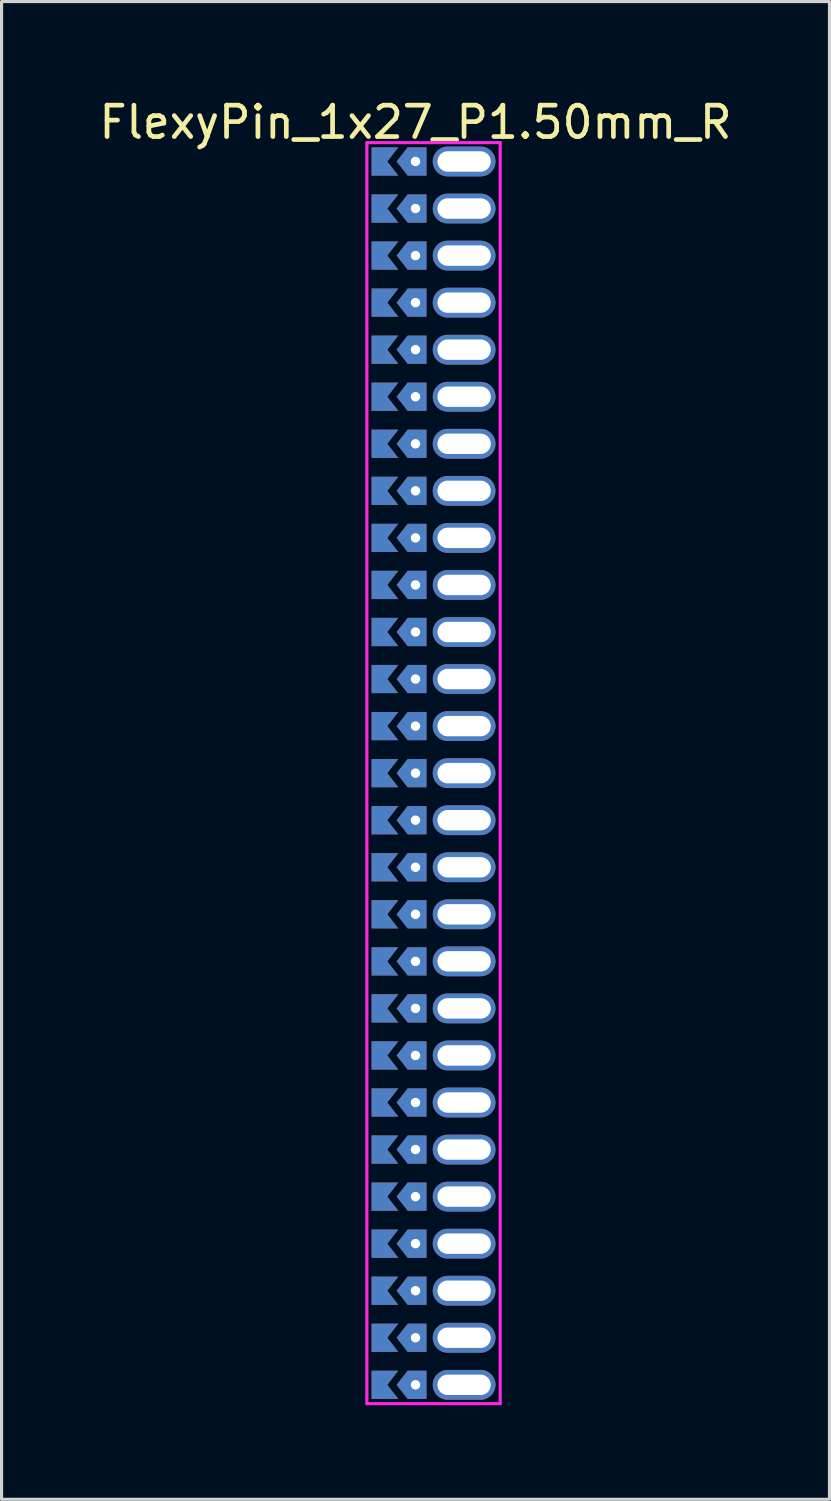
<source format=kicad_pcb>
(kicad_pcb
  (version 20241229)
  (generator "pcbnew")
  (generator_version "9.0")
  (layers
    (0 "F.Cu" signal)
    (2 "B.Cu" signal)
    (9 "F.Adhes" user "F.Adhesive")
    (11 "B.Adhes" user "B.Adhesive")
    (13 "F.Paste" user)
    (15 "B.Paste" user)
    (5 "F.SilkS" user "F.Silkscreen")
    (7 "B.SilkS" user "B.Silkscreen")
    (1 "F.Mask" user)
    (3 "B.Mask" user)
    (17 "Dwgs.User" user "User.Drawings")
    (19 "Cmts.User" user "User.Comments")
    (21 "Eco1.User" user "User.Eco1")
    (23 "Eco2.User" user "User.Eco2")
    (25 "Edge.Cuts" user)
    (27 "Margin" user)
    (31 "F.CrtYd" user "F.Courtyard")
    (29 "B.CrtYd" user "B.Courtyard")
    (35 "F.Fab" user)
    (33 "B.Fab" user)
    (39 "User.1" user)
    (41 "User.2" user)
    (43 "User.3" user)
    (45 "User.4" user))
  (footprint "FlexyPin_1x27_P1.50mm_R"
    (layer "F.Cu")
    (at 10.196 2.098)
    (property "Reference" "FlexyPin_1x27_P1.50mm_R" (at 0 -1.25 0) (layer "F.SilkS") (effects (font (size 1 1) (thickness 0.15))))
    (attr through_hole)
    (fp_line (start -1.55 -0.6) (end 2.7 -0.6) (stroke (width 0.1) (type solid)) (layer "F.CrtYd"))
    (fp_line (start -1.55 39.6) (end -1.55 -0.6) (stroke (width 0.1) (type solid)) (layer "F.CrtYd"))
    (fp_line (start 2.7 -0.6) (end 2.7 39.6) (stroke (width 0.1) (type solid)) (layer "F.CrtYd"))
    (fp_line (start 2.7 39.6) (end -1.55 39.6) (stroke (width 0.1) (type solid)) (layer "F.CrtYd"))
    (pad "" thru_hole custom (at 0 0) (size 0.3 0.3) (drill 0.6) (layers "*.Cu" "*.Mask") (options (anchor rect)) (primitives (gr_poly (pts (xy 0.35 0.45) (xy 0.35 -0.45) (xy -0.25 -0.45) (xy -0.6 0) (xy -0.25 0.45)) (width 0) (fill yes))))
    (pad "" thru_hole custom (at 0 1.5) (size 0.3 0.3) (drill 0.6) (layers "*.Cu" "*.Mask") (options (anchor rect)) (primitives (gr_poly (pts (xy 0.35 0.45) (xy 0.35 -0.45) (xy -0.25 -0.45) (xy -0.6 0) (xy -0.25 0.45)) (width 0) (fill yes))))
    (pad "" thru_hole custom (at 0 3) (size 0.3 0.3) (drill 0.6) (layers "*.Cu" "*.Mask") (options (anchor rect)) (primitives (gr_poly (pts (xy 0.35 0.45) (xy 0.35 -0.45) (xy -0.25 -0.45) (xy -0.6 0) (xy -0.25 0.45)) (width 0) (fill yes))))
    (pad "" thru_hole custom (at 0 4.5) (size 0.3 0.3) (drill 0.6) (layers "*.Cu" "*.Mask") (options (anchor rect)) (primitives (gr_poly (pts (xy 0.35 0.45) (xy 0.35 -0.45) (xy -0.25 -0.45) (xy -0.6 0) (xy -0.25 0.45)) (width 0) (fill yes))))
    (pad "" thru_hole custom (at 0 6) (size 0.3 0.3) (drill 0.6) (layers "*.Cu" "*.Mask") (options (anchor rect)) (primitives (gr_poly (pts (xy 0.35 0.45) (xy 0.35 -0.45) (xy -0.25 -0.45) (xy -0.6 0) (xy -0.25 0.45)) (width 0) (fill yes))))
    (pad "" thru_hole custom (at 0 7.5) (size 0.3 0.3) (drill 0.6) (layers "*.Cu" "*.Mask") (options (anchor rect)) (primitives (gr_poly (pts (xy 0.35 0.45) (xy 0.35 -0.45) (xy -0.25 -0.45) (xy -0.6 0) (xy -0.25 0.45)) (width 0) (fill yes))))
    (pad "" thru_hole custom (at 0 9) (size 0.3 0.3) (drill 0.6) (layers "*.Cu" "*.Mask") (options (anchor rect)) (primitives (gr_poly (pts (xy 0.35 0.45) (xy 0.35 -0.45) (xy -0.25 -0.45) (xy -0.6 0) (xy -0.25 0.45)) (width 0) (fill yes))))
    (pad "" thru_hole custom (at 0 10.5) (size 0.3 0.3) (drill 0.6) (layers "*.Cu" "*.Mask") (options (anchor rect)) (primitives (gr_poly (pts (xy 0.35 0.45) (xy 0.35 -0.45) (xy -0.25 -0.45) (xy -0.6 0) (xy -0.25 0.45)) (width 0) (fill yes))))
    (pad "" thru_hole custom (at 0 12) (size 0.3 0.3) (drill 0.6) (layers "*.Cu" "*.Mask") (options (anchor rect)) (primitives (gr_poly (pts (xy 0.35 0.45) (xy 0.35 -0.45) (xy -0.25 -0.45) (xy -0.6 0) (xy -0.25 0.45)) (width 0) (fill yes))))
    (pad "" thru_hole custom (at 0 13.5) (size 0.3 0.3) (drill 0.6) (layers "*.Cu" "*.Mask") (options (anchor rect)) (primitives (gr_poly (pts (xy 0.35 0.45) (xy 0.35 -0.45) (xy -0.25 -0.45) (xy -0.6 0) (xy -0.25 0.45)) (width 0) (fill yes))))
    (pad "" thru_hole custom (at 0 15) (size 0.3 0.3) (drill 0.6) (layers "*.Cu" "*.Mask") (options (anchor rect)) (primitives (gr_poly (pts (xy 0.35 0.45) (xy 0.35 -0.45) (xy -0.25 -0.45) (xy -0.6 0) (xy -0.25 0.45)) (width 0) (fill yes))))
    (pad "" thru_hole custom (at 0 16.5) (size 0.3 0.3) (drill 0.6) (layers "*.Cu" "*.Mask") (options (anchor rect)) (primitives (gr_poly (pts (xy 0.35 0.45) (xy 0.35 -0.45) (xy -0.25 -0.45) (xy -0.6 0) (xy -0.25 0.45)) (width 0) (fill yes))))
    (pad "" thru_hole custom (at 0 18) (size 0.3 0.3) (drill 0.6) (layers "*.Cu" "*.Mask") (options (anchor rect)) (primitives (gr_poly (pts (xy 0.35 0.45) (xy 0.35 -0.45) (xy -0.25 -0.45) (xy -0.6 0) (xy -0.25 0.45)) (width 0) (fill yes))))
    (pad "" thru_hole custom (at 0 19.5) (size 0.3 0.3) (drill 0.6) (layers "*.Cu" "*.Mask") (options (anchor rect)) (primitives (gr_poly (pts (xy 0.35 0.45) (xy 0.35 -0.45) (xy -0.25 -0.45) (xy -0.6 0) (xy -0.25 0.45)) (width 0) (fill yes))))
    (pad "" thru_hole custom (at 0 21) (size 0.3 0.3) (drill 0.6) (layers "*.Cu" "*.Mask") (options (anchor rect)) (primitives (gr_poly (pts (xy 0.35 0.45) (xy 0.35 -0.45) (xy -0.25 -0.45) (xy -0.6 0) (xy -0.25 0.45)) (width 0) (fill yes))))
    (pad "" thru_hole custom (at 0 22.5) (size 0.3 0.3) (drill 0.6) (layers "*.Cu" "*.Mask") (options (anchor rect)) (primitives (gr_poly (pts (xy 0.35 0.45) (xy 0.35 -0.45) (xy -0.25 -0.45) (xy -0.6 0) (xy -0.25 0.45)) (width 0) (fill yes))))
    (pad "" thru_hole custom (at 0 24) (size 0.3 0.3) (drill 0.6) (layers "*.Cu" "*.Mask") (options (anchor rect)) (primitives (gr_poly (pts (xy 0.35 0.45) (xy 0.35 -0.45) (xy -0.25 -0.45) (xy -0.6 0) (xy -0.25 0.45)) (width 0) (fill yes))))
    (pad "" thru_hole custom (at 0 25.5) (size 0.3 0.3) (drill 0.6) (layers "*.Cu" "*.Mask") (options (anchor rect)) (primitives (gr_poly (pts (xy 0.35 0.45) (xy 0.35 -0.45) (xy -0.25 -0.45) (xy -0.6 0) (xy -0.25 0.45)) (width 0) (fill yes))))
    (pad "" thru_hole custom (at 0 27) (size 0.3 0.3) (drill 0.6) (layers "*.Cu" "*.Mask") (options (anchor rect)) (primitives (gr_poly (pts (xy 0.35 0.45) (xy 0.35 -0.45) (xy -0.25 -0.45) (xy -0.6 0) (xy -0.25 0.45)) (width 0) (fill yes))))
    (pad "" thru_hole custom (at 0 28.5) (size 0.3 0.3) (drill 0.6) (layers "*.Cu" "*.Mask") (options (anchor rect)) (primitives (gr_poly (pts (xy 0.35 0.45) (xy 0.35 -0.45) (xy -0.25 -0.45) (xy -0.6 0) (xy -0.25 0.45)) (width 0) (fill yes))))
    (pad "" thru_hole custom (at 0 30) (size 0.3 0.3) (drill 0.6) (layers "*.Cu" "*.Mask") (options (anchor rect)) (primitives (gr_poly (pts (xy 0.35 0.45) (xy 0.35 -0.45) (xy -0.25 -0.45) (xy -0.6 0) (xy -0.25 0.45)) (width 0) (fill yes))))
    (pad "" thru_hole custom (at 0 31.5) (size 0.3 0.3) (drill 0.6) (layers "*.Cu" "*.Mask") (options (anchor rect)) (primitives (gr_poly (pts (xy 0.35 0.45) (xy 0.35 -0.45) (xy -0.25 -0.45) (xy -0.6 0) (xy -0.25 0.45)) (width 0) (fill yes))))
    (pad "" thru_hole custom (at 0 33) (size 0.3 0.3) (drill 0.6) (layers "*.Cu" "*.Mask") (options (anchor rect)) (primitives (gr_poly (pts (xy 0.35 0.45) (xy 0.35 -0.45) (xy -0.25 -0.45) (xy -0.6 0) (xy -0.25 0.45)) (width 0) (fill yes))))
    (pad "" thru_hole custom (at 0 34.5) (size 0.3 0.3) (drill 0.6) (layers "*.Cu" "*.Mask") (options (anchor rect)) (primitives (gr_poly (pts (xy 0.35 0.45) (xy 0.35 -0.45) (xy -0.25 -0.45) (xy -0.6 0) (xy -0.25 0.45)) (width 0) (fill yes))))
    (pad "" thru_hole custom (at 0 36) (size 0.3 0.3) (drill 0.6) (layers "*.Cu" "*.Mask") (options (anchor rect)) (primitives (gr_poly (pts (xy 0.35 0.45) (xy 0.35 -0.45) (xy -0.25 -0.45) (xy -0.6 0) (xy -0.25 0.45)) (width 0) (fill yes))))
    (pad "" thru_hole custom (at 0 37.5) (size 0.3 0.3) (drill 0.6) (layers "*.Cu" "*.Mask") (options (anchor rect)) (primitives (gr_poly (pts (xy 0.35 0.45) (xy 0.35 -0.45) (xy -0.25 -0.45) (xy -0.6 0) (xy -0.25 0.45)) (width 0) (fill yes))))
    (pad "" thru_hole custom (at 0 39) (size 0.3 0.3) (drill 0.6) (layers "*.Cu" "*.Mask") (options (anchor rect)) (primitives (gr_poly (pts (xy 0.35 0.45) (xy 0.35 -0.45) (xy -0.25 -0.45) (xy -0.6 0) (xy -0.25 0.45)) (width 0) (fill yes))))
    (pad "" thru_hole oval (at 1.55 0) (size 2 0.95) (drill oval 1.7 0.65) (layers "*.Cu" "*.Mask"))
    (pad "" thru_hole oval (at 1.55 1.5) (size 2 0.95) (drill oval 1.7 0.65) (layers "*.Cu" "*.Mask"))
    (pad "" thru_hole oval (at 1.55 3) (size 2 0.95) (drill oval 1.7 0.65) (layers "*.Cu" "*.Mask"))
    (pad "" thru_hole oval (at 1.55 4.5) (size 2 0.95) (drill oval 1.7 0.65) (layers "*.Cu" "*.Mask"))
    (pad "" thru_hole oval (at 1.55 6) (size 2 0.95) (drill oval 1.7 0.65) (layers "*.Cu" "*.Mask"))
    (pad "" thru_hole oval (at 1.55 7.5) (size 2 0.95) (drill oval 1.7 0.65) (layers "*.Cu" "*.Mask"))
    (pad "" thru_hole oval (at 1.55 9) (size 2 0.95) (drill oval 1.7 0.65) (layers "*.Cu" "*.Mask"))
    (pad "" thru_hole oval (at 1.55 10.5) (size 2 0.95) (drill oval 1.7 0.65) (layers "*.Cu" "*.Mask"))
    (pad "" thru_hole oval (at 1.55 12) (size 2 0.95) (drill oval 1.7 0.65) (layers "*.Cu" "*.Mask"))
    (pad "" thru_hole oval (at 1.55 13.5) (size 2 0.95) (drill oval 1.7 0.65) (layers "*.Cu" "*.Mask"))
    (pad "" thru_hole oval (at 1.55 15) (size 2 0.95) (drill oval 1.7 0.65) (layers "*.Cu" "*.Mask"))
    (pad "" thru_hole oval (at 1.55 16.5) (size 2 0.95) (drill oval 1.7 0.65) (layers "*.Cu" "*.Mask"))
    (pad "" thru_hole oval (at 1.55 18) (size 2 0.95) (drill oval 1.7 0.65) (layers "*.Cu" "*.Mask"))
    (pad "" thru_hole oval (at 1.55 19.5) (size 2 0.95) (drill oval 1.7 0.65) (layers "*.Cu" "*.Mask"))
    (pad "" thru_hole oval (at 1.55 21) (size 2 0.95) (drill oval 1.7 0.65) (layers "*.Cu" "*.Mask"))
    (pad "" thru_hole oval (at 1.55 22.5) (size 2 0.95) (drill oval 1.7 0.65) (layers "*.Cu" "*.Mask"))
    (pad "" thru_hole oval (at 1.55 24) (size 2 0.95) (drill oval 1.7 0.65) (layers "*.Cu" "*.Mask"))
    (pad "" thru_hole oval (at 1.55 25.5) (size 2 0.95) (drill oval 1.7 0.65) (layers "*.Cu" "*.Mask"))
    (pad "" thru_hole oval (at 1.55 27) (size 2 0.95) (drill oval 1.7 0.65) (layers "*.Cu" "*.Mask"))
    (pad "" thru_hole oval (at 1.55 28.5) (size 2 0.95) (drill oval 1.7 0.65) (layers "*.Cu" "*.Mask"))
    (pad "" thru_hole oval (at 1.55 30) (size 2 0.95) (drill oval 1.7 0.65) (layers "*.Cu" "*.Mask"))
    (pad "" thru_hole oval (at 1.55 31.5) (size 2 0.95) (drill oval 1.7 0.65) (layers "*.Cu" "*.Mask"))
    (pad "" thru_hole oval (at 1.55 33) (size 2 0.95) (drill oval 1.7 0.65) (layers "*.Cu" "*.Mask"))
    (pad "" thru_hole oval (at 1.55 34.5) (size 2 0.95) (drill oval 1.7 0.65) (layers "*.Cu" "*.Mask"))
    (pad "" thru_hole oval (at 1.55 36) (size 2 0.95) (drill oval 1.7 0.65) (layers "*.Cu" "*.Mask"))
    (pad "" thru_hole oval (at 1.55 37.5) (size 2 0.95) (drill oval 1.7 0.65) (layers "*.Cu" "*.Mask"))
    (pad "" thru_hole oval (at 1.55 39) (size 2 0.95) (drill oval 1.7 0.65) (layers "*.Cu" "*.Mask"))
    (pad "1" smd custom (at -0.9 0) (size 0.01 0.01) (layers "F.Cu" "F.Mask") (options (anchor rect)) (primitives (gr_poly (pts (xy 0 0) (xy 0.35 0.45) (xy -0.5 0.45) (xy -0.5 -0.45) (xy 0.35 -0.45)) (width 0) (fill yes))))
    (pad "2" smd custom (at -0.9 1.5) (size 0.01 0.01) (layers "F.Cu" "F.Mask") (options (anchor rect)) (primitives (gr_poly (pts (xy 0 0) (xy 0.35 0.45) (xy -0.5 0.45) (xy -0.5 -0.45) (xy 0.35 -0.45)) (width 0) (fill yes))))
    (pad "3" smd custom (at -0.9 3) (size 0.01 0.01) (layers "F.Cu" "F.Mask") (options (anchor rect)) (primitives (gr_poly (pts (xy 0 0) (xy 0.35 0.45) (xy -0.5 0.45) (xy -0.5 -0.45) (xy 0.35 -0.45)) (width 0) (fill yes))))
    (pad "4" smd custom (at -0.9 4.5) (size 0.01 0.01) (layers "F.Cu" "F.Mask") (options (anchor rect)) (primitives (gr_poly (pts (xy 0 0) (xy 0.35 0.45) (xy -0.5 0.45) (xy -0.5 -0.45) (xy 0.35 -0.45)) (width 0) (fill yes))))
    (pad "5" smd custom (at -0.9 6) (size 0.01 0.01) (layers "F.Cu" "F.Mask") (options (anchor rect)) (primitives (gr_poly (pts (xy 0 0) (xy 0.35 0.45) (xy -0.5 0.45) (xy -0.5 -0.45) (xy 0.35 -0.45)) (width 0) (fill yes))))
    (pad "6" smd custom (at -0.9 7.5) (size 0.01 0.01) (layers "F.Cu" "F.Mask") (options (anchor rect)) (primitives (gr_poly (pts (xy 0 0) (xy 0.35 0.45) (xy -0.5 0.45) (xy -0.5 -0.45) (xy 0.35 -0.45)) (width 0) (fill yes))))
    (pad "7" smd custom (at -0.9 9) (size 0.01 0.01) (layers "F.Cu" "F.Mask") (options (anchor rect)) (primitives (gr_poly (pts (xy 0 0) (xy 0.35 0.45) (xy -0.5 0.45) (xy -0.5 -0.45) (xy 0.35 -0.45)) (width 0) (fill yes))))
    (pad "8" smd custom (at -0.9 10.5) (size 0.01 0.01) (layers "F.Cu" "F.Mask") (options (anchor rect)) (primitives (gr_poly (pts (xy 0 0) (xy 0.35 0.45) (xy -0.5 0.45) (xy -0.5 -0.45) (xy 0.35 -0.45)) (width 0) (fill yes))))
    (pad "9" smd custom (at -0.9 12) (size 0.01 0.01) (layers "F.Cu" "F.Mask") (options (anchor rect)) (primitives (gr_poly (pts (xy 0 0) (xy 0.35 0.45) (xy -0.5 0.45) (xy -0.5 -0.45) (xy 0.35 -0.45)) (width 0) (fill yes))))
    (pad "10" smd custom (at -0.9 13.5) (size 0.01 0.01) (layers "F.Cu" "F.Mask") (options (anchor rect)) (primitives (gr_poly (pts (xy 0 0) (xy 0.35 0.45) (xy -0.5 0.45) (xy -0.5 -0.45) (xy 0.35 -0.45)) (width 0) (fill yes))))
    (pad "11" smd custom (at -0.9 15) (size 0.01 0.01) (layers "F.Cu" "F.Mask") (options (anchor rect)) (primitives (gr_poly (pts (xy 0 0) (xy 0.35 0.45) (xy -0.5 0.45) (xy -0.5 -0.45) (xy 0.35 -0.45)) (width 0) (fill yes))))
    (pad "12" smd custom (at -0.9 16.5) (size 0.01 0.01) (layers "F.Cu" "F.Mask") (options (anchor rect)) (primitives (gr_poly (pts (xy 0 0) (xy 0.35 0.45) (xy -0.5 0.45) (xy -0.5 -0.45) (xy 0.35 -0.45)) (width 0) (fill yes))))
    (pad "13" smd custom (at -0.9 18) (size 0.01 0.01) (layers "F.Cu" "F.Mask") (options (anchor rect)) (primitives (gr_poly (pts (xy 0 0) (xy 0.35 0.45) (xy -0.5 0.45) (xy -0.5 -0.45) (xy 0.35 -0.45)) (width 0) (fill yes))))
    (pad "14" smd custom (at -0.9 19.5) (size 0.01 0.01) (layers "F.Cu" "F.Mask") (options (anchor rect)) (primitives (gr_poly (pts (xy 0 0) (xy 0.35 0.45) (xy -0.5 0.45) (xy -0.5 -0.45) (xy 0.35 -0.45)) (width 0) (fill yes))))
    (pad "15" smd custom (at -0.9 21) (size 0.01 0.01) (layers "F.Cu" "F.Mask") (options (anchor rect)) (primitives (gr_poly (pts (xy 0 0) (xy 0.35 0.45) (xy -0.5 0.45) (xy -0.5 -0.45) (xy 0.35 -0.45)) (width 0) (fill yes))))
    (pad "16" smd custom (at -0.9 22.5) (size 0.01 0.01) (layers "F.Cu" "F.Mask") (options (anchor rect)) (primitives (gr_poly (pts (xy 0 0) (xy 0.35 0.45) (xy -0.5 0.45) (xy -0.5 -0.45) (xy 0.35 -0.45)) (width 0) (fill yes))))
    (pad "17" smd custom (at -0.9 24) (size 0.01 0.01) (layers "F.Cu" "F.Mask") (options (anchor rect)) (primitives (gr_poly (pts (xy 0 0) (xy 0.35 0.45) (xy -0.5 0.45) (xy -0.5 -0.45) (xy 0.35 -0.45)) (width 0) (fill yes))))
    (pad "18" smd custom (at -0.9 25.5) (size 0.01 0.01) (layers "F.Cu" "F.Mask") (options (anchor rect)) (primitives (gr_poly (pts (xy 0 0) (xy 0.35 0.45) (xy -0.5 0.45) (xy -0.5 -0.45) (xy 0.35 -0.45)) (width 0) (fill yes))))
    (pad "19" smd custom (at -0.9 27) (size 0.01 0.01) (layers "F.Cu" "F.Mask") (options (anchor rect)) (primitives (gr_poly (pts (xy 0 0) (xy 0.35 0.45) (xy -0.5 0.45) (xy -0.5 -0.45) (xy 0.35 -0.45)) (width 0) (fill yes))))
    (pad "20" smd custom (at -0.9 28.5) (size 0.01 0.01) (layers "F.Cu" "F.Mask") (options (anchor rect)) (primitives (gr_poly (pts (xy 0 0) (xy 0.35 0.45) (xy -0.5 0.45) (xy -0.5 -0.45) (xy 0.35 -0.45)) (width 0) (fill yes))))
    (pad "21" smd custom (at -0.9 30) (size 0.01 0.01) (layers "F.Cu" "F.Mask") (options (anchor rect)) (primitives (gr_poly (pts (xy 0 0) (xy 0.35 0.45) (xy -0.5 0.45) (xy -0.5 -0.45) (xy 0.35 -0.45)) (width 0) (fill yes))))
    (pad "22" smd custom (at -0.9 31.5) (size 0.01 0.01) (layers "F.Cu" "F.Mask") (options (anchor rect)) (primitives (gr_poly (pts (xy 0 0) (xy 0.35 0.45) (xy -0.5 0.45) (xy -0.5 -0.45) (xy 0.35 -0.45)) (width 0) (fill yes))))
    (pad "23" smd custom (at -0.9 33) (size 0.01 0.01) (layers "F.Cu" "F.Mask") (options (anchor rect)) (primitives (gr_poly (pts (xy 0 0) (xy 0.35 0.45) (xy -0.5 0.45) (xy -0.5 -0.45) (xy 0.35 -0.45)) (width 0) (fill yes))))
    (pad "24" smd custom (at -0.9 34.5) (size 0.01 0.01) (layers "F.Cu" "F.Mask") (options (anchor rect)) (primitives (gr_poly (pts (xy 0 0) (xy 0.35 0.45) (xy -0.5 0.45) (xy -0.5 -0.45) (xy 0.35 -0.45)) (width 0) (fill yes))))
    (pad "25" smd custom (at -0.9 36) (size 0.01 0.01) (layers "F.Cu" "F.Mask") (options (anchor rect)) (primitives (gr_poly (pts (xy 0 0) (xy 0.35 0.45) (xy -0.5 0.45) (xy -0.5 -0.45) (xy 0.35 -0.45)) (width 0) (fill yes))))
    (pad "26" smd custom (at -0.9 37.5) (size 0.01 0.01) (layers "F.Cu" "F.Mask") (options (anchor rect)) (primitives (gr_poly (pts (xy 0 0) (xy 0.35 0.45) (xy -0.5 0.45) (xy -0.5 -0.45) (xy 0.35 -0.45)) (width 0) (fill yes))))
    (pad "27" smd custom (at -0.9 39) (size 0.01 0.01) (layers "F.Cu" "F.Mask") (options (anchor rect)) (primitives (gr_poly (pts (xy 0 0) (xy 0.35 0.45) (xy -0.5 0.45) (xy -0.5 -0.45) (xy 0.35 -0.45)) (width 0) (fill yes))))
    (pad "28" smd custom (at -0.9 0) (size 0.01 0.01) (layers "B.Cu" "B.Mask") (options (anchor rect)) (primitives (gr_poly (pts (xy 0 0) (xy 0.35 0.45) (xy -0.5 0.45) (xy -0.5 -0.45) (xy 0.35 -0.45)) (width 0) (fill yes))))
    (pad "29" smd custom (at -0.9 1.5) (size 0.01 0.01) (layers "B.Cu" "B.Mask") (options (anchor rect)) (primitives (gr_poly (pts (xy 0 0) (xy 0.35 0.45) (xy -0.5 0.45) (xy -0.5 -0.45) (xy 0.35 -0.45)) (width 0) (fill yes))))
    (pad "30" smd custom (at -0.9 3) (size 0.01 0.01) (layers "B.Cu" "B.Mask") (options (anchor rect)) (primitives (gr_poly (pts (xy 0 0) (xy 0.35 0.45) (xy -0.5 0.45) (xy -0.5 -0.45) (xy 0.35 -0.45)) (width 0) (fill yes))))
    (pad "31" smd custom (at -0.9 4.5) (size 0.01 0.01) (layers "B.Cu" "B.Mask") (options (anchor rect)) (primitives (gr_poly (pts (xy 0 0) (xy 0.35 0.45) (xy -0.5 0.45) (xy -0.5 -0.45) (xy 0.35 -0.45)) (width 0) (fill yes))))
    (pad "32" smd custom (at -0.9 6) (size 0.01 0.01) (layers "B.Cu" "B.Mask") (options (anchor rect)) (primitives (gr_poly (pts (xy 0 0) (xy 0.35 0.45) (xy -0.5 0.45) (xy -0.5 -0.45) (xy 0.35 -0.45)) (width 0) (fill yes))))
    (pad "33" smd custom (at -0.9 7.5) (size 0.01 0.01) (layers "B.Cu" "B.Mask") (options (anchor rect)) (primitives (gr_poly (pts (xy 0 0) (xy 0.35 0.45) (xy -0.5 0.45) (xy -0.5 -0.45) (xy 0.35 -0.45)) (width 0) (fill yes))))
    (pad "34" smd custom (at -0.9 9) (size 0.01 0.01) (layers "B.Cu" "B.Mask") (options (anchor rect)) (primitives (gr_poly (pts (xy 0 0) (xy 0.35 0.45) (xy -0.5 0.45) (xy -0.5 -0.45) (xy 0.35 -0.45)) (width 0) (fill yes))))
    (pad "35" smd custom (at -0.9 10.5) (size 0.01 0.01) (layers "B.Cu" "B.Mask") (options (anchor rect)) (primitives (gr_poly (pts (xy 0 0) (xy 0.35 0.45) (xy -0.5 0.45) (xy -0.5 -0.45) (xy 0.35 -0.45)) (width 0) (fill yes))))
    (pad "36" smd custom (at -0.9 12) (size 0.01 0.01) (layers "B.Cu" "B.Mask") (options (anchor rect)) (primitives (gr_poly (pts (xy 0 0) (xy 0.35 0.45) (xy -0.5 0.45) (xy -0.5 -0.45) (xy 0.35 -0.45)) (width 0) (fill yes))))
    (pad "37" smd custom (at -0.9 13.5) (size 0.01 0.01) (layers "B.Cu" "B.Mask") (options (anchor rect)) (primitives (gr_poly (pts (xy 0 0) (xy 0.35 0.45) (xy -0.5 0.45) (xy -0.5 -0.45) (xy 0.35 -0.45)) (width 0) (fill yes))))
    (pad "38" smd custom (at -0.9 15) (size 0.01 0.01) (layers "B.Cu" "B.Mask") (options (anchor rect)) (primitives (gr_poly (pts (xy 0 0) (xy 0.35 0.45) (xy -0.5 0.45) (xy -0.5 -0.45) (xy 0.35 -0.45)) (width 0) (fill yes))))
    (pad "39" smd custom (at -0.9 16.5) (size 0.01 0.01) (layers "B.Cu" "B.Mask") (options (anchor rect)) (primitives (gr_poly (pts (xy 0 0) (xy 0.35 0.45) (xy -0.5 0.45) (xy -0.5 -0.45) (xy 0.35 -0.45)) (width 0) (fill yes))))
    (pad "40" smd custom (at -0.9 18) (size 0.01 0.01) (layers "B.Cu" "B.Mask") (options (anchor rect)) (primitives (gr_poly (pts (xy 0 0) (xy 0.35 0.45) (xy -0.5 0.45) (xy -0.5 -0.45) (xy 0.35 -0.45)) (width 0) (fill yes))))
    (pad "41" smd custom (at -0.9 19.5) (size 0.01 0.01) (layers "B.Cu" "B.Mask") (options (anchor rect)) (primitives (gr_poly (pts (xy 0 0) (xy 0.35 0.45) (xy -0.5 0.45) (xy -0.5 -0.45) (xy 0.35 -0.45)) (width 0) (fill yes))))
    (pad "42" smd custom (at -0.9 21) (size 0.01 0.01) (layers "B.Cu" "B.Mask") (options (anchor rect)) (primitives (gr_poly (pts (xy 0 0) (xy 0.35 0.45) (xy -0.5 0.45) (xy -0.5 -0.45) (xy 0.35 -0.45)) (width 0) (fill yes))))
    (pad "43" smd custom (at -0.9 22.5) (size 0.01 0.01) (layers "B.Cu" "B.Mask") (options (anchor rect)) (primitives (gr_poly (pts (xy 0 0) (xy 0.35 0.45) (xy -0.5 0.45) (xy -0.5 -0.45) (xy 0.35 -0.45)) (width 0) (fill yes))))
    (pad "44" smd custom (at -0.9 24) (size 0.01 0.01) (layers "B.Cu" "B.Mask") (options (anchor rect)) (primitives (gr_poly (pts (xy 0 0) (xy 0.35 0.45) (xy -0.5 0.45) (xy -0.5 -0.45) (xy 0.35 -0.45)) (width 0) (fill yes))))
    (pad "45" smd custom (at -0.9 25.5) (size 0.01 0.01) (layers "B.Cu" "B.Mask") (options (anchor rect)) (primitives (gr_poly (pts (xy 0 0) (xy 0.35 0.45) (xy -0.5 0.45) (xy -0.5 -0.45) (xy 0.35 -0.45)) (width 0) (fill yes))))
    (pad "46" smd custom (at -0.9 27) (size 0.01 0.01) (layers "B.Cu" "B.Mask") (options (anchor rect)) (primitives (gr_poly (pts (xy 0 0) (xy 0.35 0.45) (xy -0.5 0.45) (xy -0.5 -0.45) (xy 0.35 -0.45)) (width 0) (fill yes))))
    (pad "47" smd custom (at -0.9 28.5) (size 0.01 0.01) (layers "B.Cu" "B.Mask") (options (anchor rect)) (primitives (gr_poly (pts (xy 0 0) (xy 0.35 0.45) (xy -0.5 0.45) (xy -0.5 -0.45) (xy 0.35 -0.45)) (width 0) (fill yes))))
    (pad "48" smd custom (at -0.9 30) (size 0.01 0.01) (layers "B.Cu" "B.Mask") (options (anchor rect)) (primitives (gr_poly (pts (xy 0 0) (xy 0.35 0.45) (xy -0.5 0.45) (xy -0.5 -0.45) (xy 0.35 -0.45)) (width 0) (fill yes))))
    (pad "49" smd custom (at -0.9 31.5) (size 0.01 0.01) (layers "B.Cu" "B.Mask") (options (anchor rect)) (primitives (gr_poly (pts (xy 0 0) (xy 0.35 0.45) (xy -0.5 0.45) (xy -0.5 -0.45) (xy 0.35 -0.45)) (width 0) (fill yes))))
    (pad "50" smd custom (at -0.9 33) (size 0.01 0.01) (layers "B.Cu" "B.Mask") (options (anchor rect)) (primitives (gr_poly (pts (xy 0 0) (xy 0.35 0.45) (xy -0.5 0.45) (xy -0.5 -0.45) (xy 0.35 -0.45)) (width 0) (fill yes))))
    (pad "51" smd custom (at -0.9 34.5) (size 0.01 0.01) (layers "B.Cu" "B.Mask") (options (anchor rect)) (primitives (gr_poly (pts (xy 0 0) (xy 0.35 0.45) (xy -0.5 0.45) (xy -0.5 -0.45) (xy 0.35 -0.45)) (width 0) (fill yes))))
    (pad "52" smd custom (at -0.9 36) (size 0.01 0.01) (layers "B.Cu" "B.Mask") (options (anchor rect)) (primitives (gr_poly (pts (xy 0 0) (xy 0.35 0.45) (xy -0.5 0.45) (xy -0.5 -0.45) (xy 0.35 -0.45)) (width 0) (fill yes))))
    (pad "53" smd custom (at -0.9 37.5) (size 0.01 0.01) (layers "B.Cu" "B.Mask") (options (anchor rect)) (primitives (gr_poly (pts (xy 0 0) (xy 0.35 0.45) (xy -0.5 0.45) (xy -0.5 -0.45) (xy 0.35 -0.45)) (width 0) (fill yes))))
    (pad "54" smd custom (at -0.9 39) (size 0.01 0.01) (layers "B.Cu" "B.Mask") (options (anchor rect)) (primitives (gr_poly (pts (xy 0 0) (xy 0.35 0.45) (xy -0.5 0.45) (xy -0.5 -0.45) (xy 0.35 -0.45)) (width 0) (fill yes)))))
  (gr_rect
    (start -3 -3)
    (end 23.393 44.748)
    (stroke (width 0.1) (type default))
    (fill no)
    (layer "Edge.Cuts")))
</source>
